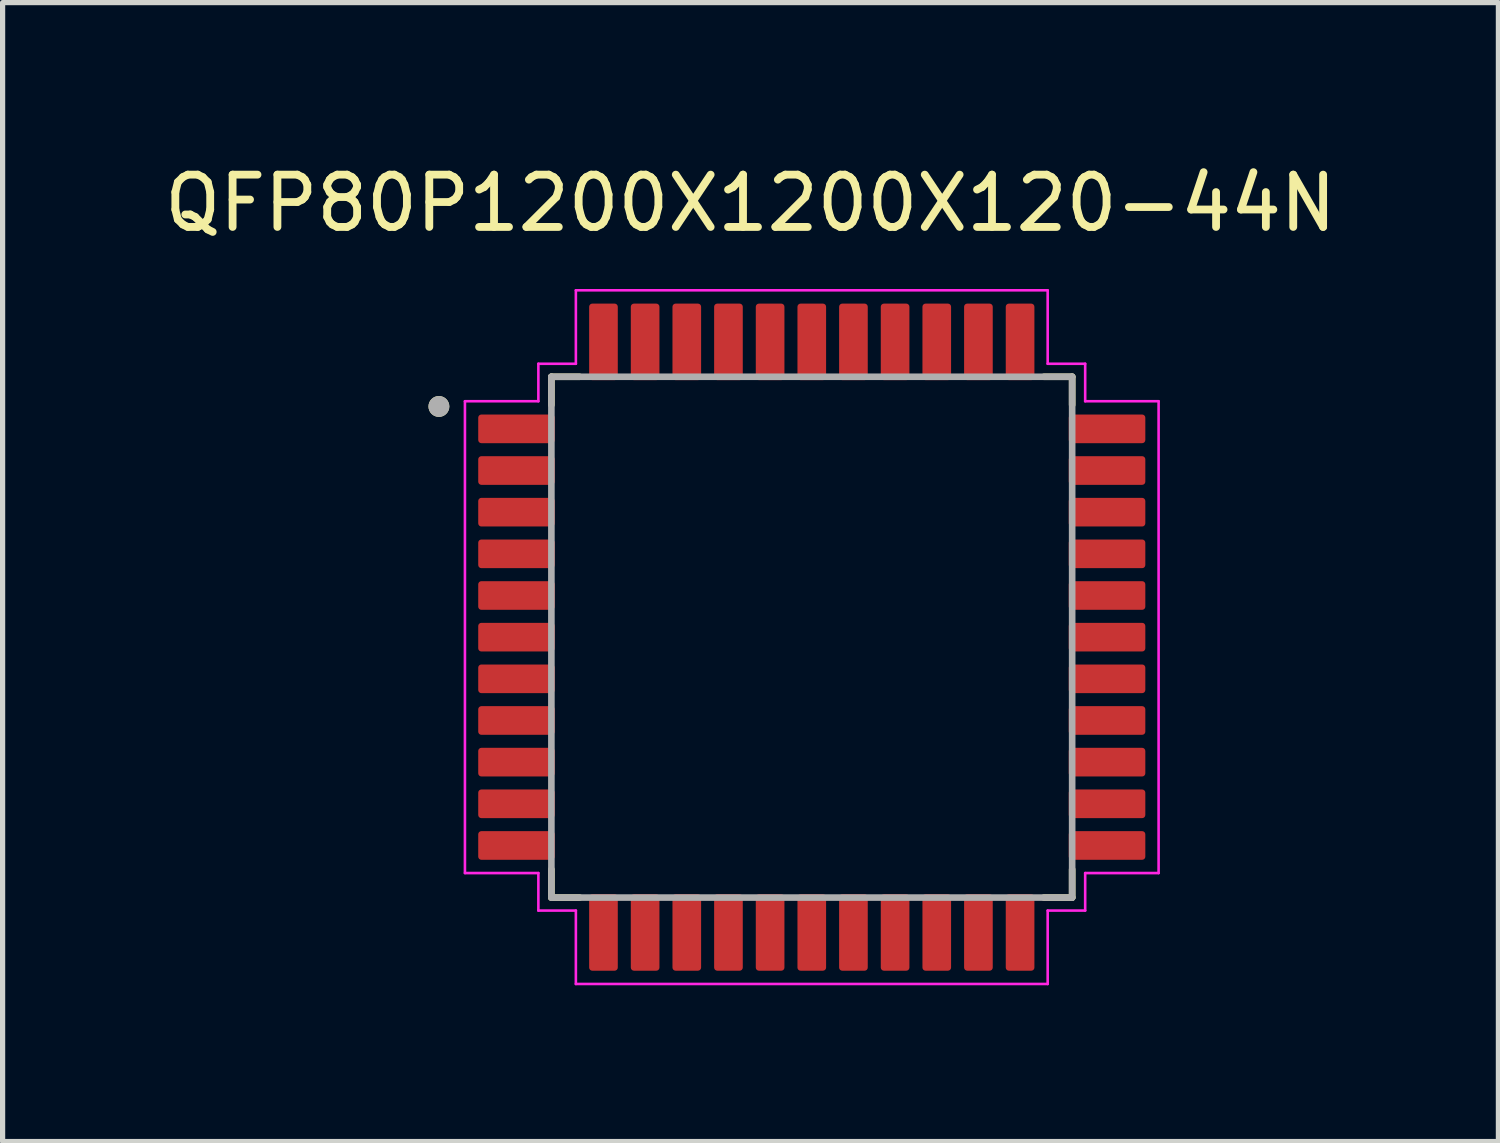
<source format=kicad_pcb>
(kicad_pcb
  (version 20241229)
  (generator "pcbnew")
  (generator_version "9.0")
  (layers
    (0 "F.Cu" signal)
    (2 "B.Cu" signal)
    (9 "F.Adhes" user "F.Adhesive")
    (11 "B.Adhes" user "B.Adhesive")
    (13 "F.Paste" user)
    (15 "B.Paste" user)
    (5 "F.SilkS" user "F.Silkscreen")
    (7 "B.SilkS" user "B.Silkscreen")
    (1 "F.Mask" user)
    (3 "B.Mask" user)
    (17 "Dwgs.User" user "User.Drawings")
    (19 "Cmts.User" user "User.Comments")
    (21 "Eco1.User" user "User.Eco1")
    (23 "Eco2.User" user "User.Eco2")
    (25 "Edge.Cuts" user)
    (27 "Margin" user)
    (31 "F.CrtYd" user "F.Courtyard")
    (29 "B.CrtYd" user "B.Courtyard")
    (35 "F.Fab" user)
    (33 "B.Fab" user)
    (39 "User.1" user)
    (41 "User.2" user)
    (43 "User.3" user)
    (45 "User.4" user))
  (footprint "QFP80P1200X1200X120-44N"
    (layer "F.Cu")
    (at 12.538 9.185)
    (property "Reference" "QFP80P1200X1200X120-44N" (at -1.177 -8.334 0) (layer "F.SilkS") (effects (font (size 1.004 1.004) (thickness 0.15))))
    (attr smd)
    (fp_line (start -5 -5) (end -5 -4.46) (stroke (width 0.127) (type solid)) (layer "F.SilkS"))
    (fp_line (start -5 -5) (end -4.46 -5) (stroke (width 0.127) (type solid)) (layer "F.SilkS"))
    (fp_line (start -5 5) (end -5 4.46) (stroke (width 0.127) (type solid)) (layer "F.SilkS"))
    (fp_line (start -5 5) (end -4.46 5) (stroke (width 0.127) (type solid)) (layer "F.SilkS"))
    (fp_line (start 5 -5) (end 4.46 -5) (stroke (width 0.127) (type solid)) (layer "F.SilkS"))
    (fp_line (start 5 -5) (end 5 -4.46) (stroke (width 0.127) (type solid)) (layer "F.SilkS"))
    (fp_line (start 5 5) (end 4.46 5) (stroke (width 0.127) (type solid)) (layer "F.SilkS"))
    (fp_line (start 5 5) (end 5 4.46) (stroke (width 0.127) (type solid)) (layer "F.SilkS"))
    (fp_circle (center -7.16 -4.43) (end -7.06 -4.43) (stroke (width 0.2) (type solid)) (fill no) (layer "F.SilkS"))
    (fp_line (start -6.66 -4.53) (end -5.25 -4.53) (stroke (width 0.05) (type solid)) (layer "F.CrtYd"))
    (fp_line (start -6.66 4.53) (end -6.66 -4.53) (stroke (width 0.05) (type solid)) (layer "F.CrtYd"))
    (fp_line (start -5.25 -5.25) (end -4.53 -5.25) (stroke (width 0.05) (type solid)) (layer "F.CrtYd"))
    (fp_line (start -5.25 -4.53) (end -5.25 -5.25) (stroke (width 0.05) (type solid)) (layer "F.CrtYd"))
    (fp_line (start -5.25 4.53) (end -6.66 4.53) (stroke (width 0.05) (type solid)) (layer "F.CrtYd"))
    (fp_line (start -5.25 5.25) (end -5.25 4.53) (stroke (width 0.05) (type solid)) (layer "F.CrtYd"))
    (fp_line (start -4.53 -6.66) (end 4.53 -6.66) (stroke (width 0.05) (type solid)) (layer "F.CrtYd"))
    (fp_line (start -4.53 -5.25) (end -4.53 -6.66) (stroke (width 0.05) (type solid)) (layer "F.CrtYd"))
    (fp_line (start -4.53 5.25) (end -5.25 5.25) (stroke (width 0.05) (type solid)) (layer "F.CrtYd"))
    (fp_line (start -4.53 6.66) (end -4.53 5.25) (stroke (width 0.05) (type solid)) (layer "F.CrtYd"))
    (fp_line (start 4.53 -6.66) (end 4.53 -5.25) (stroke (width 0.05) (type solid)) (layer "F.CrtYd"))
    (fp_line (start 4.53 -5.25) (end 5.25 -5.25) (stroke (width 0.05) (type solid)) (layer "F.CrtYd"))
    (fp_line (start 4.53 5.25) (end 4.53 6.66) (stroke (width 0.05) (type solid)) (layer "F.CrtYd"))
    (fp_line (start 4.53 6.66) (end -4.53 6.66) (stroke (width 0.05) (type solid)) (layer "F.CrtYd"))
    (fp_line (start 5.25 -5.25) (end 5.25 -4.53) (stroke (width 0.05) (type solid)) (layer "F.CrtYd"))
    (fp_line (start 5.25 -4.53) (end 6.66 -4.53) (stroke (width 0.05) (type solid)) (layer "F.CrtYd"))
    (fp_line (start 5.25 4.53) (end 5.25 5.25) (stroke (width 0.05) (type solid)) (layer "F.CrtYd"))
    (fp_line (start 5.25 5.25) (end 4.53 5.25) (stroke (width 0.05) (type solid)) (layer "F.CrtYd"))
    (fp_line (start 6.66 -4.53) (end 6.66 4.53) (stroke (width 0.05) (type solid)) (layer "F.CrtYd"))
    (fp_line (start 6.66 4.53) (end 5.25 4.53) (stroke (width 0.05) (type solid)) (layer "F.CrtYd"))
    (fp_line (start -5 5) (end -5 -5) (stroke (width 0.127) (type solid)) (layer "F.Fab"))
    (fp_line (start 5 -5) (end -5 -5) (stroke (width 0.127) (type solid)) (layer "F.Fab"))
    (fp_line (start 5 5) (end -5 5) (stroke (width 0.127) (type solid)) (layer "F.Fab"))
    (fp_line (start 5 5) (end 5 -5) (stroke (width 0.127) (type solid)) (layer "F.Fab"))
    (fp_circle (center -7.16 -4.43) (end -7.06 -4.43) (stroke (width 0.2) (type solid)) (fill no) (layer "F.Fab"))
    (pad "1" smd roundrect (at -5.67 -4) (size 1.47 0.55) (layers "F.Cu" "F.Mask" "F.Paste") (roundrect_rratio 0.11))
    (pad "2" smd roundrect (at -5.67 -3.2) (size 1.47 0.55) (layers "F.Cu" "F.Mask" "F.Paste") (roundrect_rratio 0.11))
    (pad "3" smd roundrect (at -5.67 -2.4) (size 1.47 0.55) (layers "F.Cu" "F.Mask" "F.Paste") (roundrect_rratio 0.11))
    (pad "4" smd roundrect (at -5.67 -1.6) (size 1.47 0.55) (layers "F.Cu" "F.Mask" "F.Paste") (roundrect_rratio 0.11))
    (pad "5" smd roundrect (at -5.67 -0.8) (size 1.47 0.55) (layers "F.Cu" "F.Mask" "F.Paste") (roundrect_rratio 0.11))
    (pad "6" smd roundrect (at -5.67 0) (size 1.47 0.55) (layers "F.Cu" "F.Mask" "F.Paste") (roundrect_rratio 0.11))
    (pad "7" smd roundrect (at -5.67 0.8) (size 1.47 0.55) (layers "F.Cu" "F.Mask" "F.Paste") (roundrect_rratio 0.11))
    (pad "8" smd roundrect (at -5.67 1.6) (size 1.47 0.55) (layers "F.Cu" "F.Mask" "F.Paste") (roundrect_rratio 0.11))
    (pad "9" smd roundrect (at -5.67 2.4) (size 1.47 0.55) (layers "F.Cu" "F.Mask" "F.Paste") (roundrect_rratio 0.11))
    (pad "10" smd roundrect (at -5.67 3.2) (size 1.47 0.55) (layers "F.Cu" "F.Mask" "F.Paste") (roundrect_rratio 0.11))
    (pad "11" smd roundrect (at -5.67 4) (size 1.47 0.55) (layers "F.Cu" "F.Mask" "F.Paste") (roundrect_rratio 0.11))
    (pad "12" smd roundrect (at -4 5.67 90) (size 1.47 0.55) (layers "F.Cu" "F.Mask" "F.Paste") (roundrect_rratio 0.11))
    (pad "13" smd roundrect (at -3.2 5.67 90) (size 1.47 0.55) (layers "F.Cu" "F.Mask" "F.Paste") (roundrect_rratio 0.11))
    (pad "14" smd roundrect (at -2.4 5.67 90) (size 1.47 0.55) (layers "F.Cu" "F.Mask" "F.Paste") (roundrect_rratio 0.11))
    (pad "15" smd roundrect (at -1.6 5.67 90) (size 1.47 0.55) (layers "F.Cu" "F.Mask" "F.Paste") (roundrect_rratio 0.11))
    (pad "16" smd roundrect (at -0.8 5.67 90) (size 1.47 0.55) (layers "F.Cu" "F.Mask" "F.Paste") (roundrect_rratio 0.11))
    (pad "17" smd roundrect (at 0 5.67 90) (size 1.47 0.55) (layers "F.Cu" "F.Mask" "F.Paste") (roundrect_rratio 0.11))
    (pad "18" smd roundrect (at 0.8 5.67 90) (size 1.47 0.55) (layers "F.Cu" "F.Mask" "F.Paste") (roundrect_rratio 0.11))
    (pad "19" smd roundrect (at 1.6 5.67 90) (size 1.47 0.55) (layers "F.Cu" "F.Mask" "F.Paste") (roundrect_rratio 0.11))
    (pad "20" smd roundrect (at 2.4 5.67 90) (size 1.47 0.55) (layers "F.Cu" "F.Mask" "F.Paste") (roundrect_rratio 0.11))
    (pad "21" smd roundrect (at 3.2 5.67 90) (size 1.47 0.55) (layers "F.Cu" "F.Mask" "F.Paste") (roundrect_rratio 0.11))
    (pad "22" smd roundrect (at 4 5.67 90) (size 1.47 0.55) (layers "F.Cu" "F.Mask" "F.Paste") (roundrect_rratio 0.11))
    (pad "23" smd roundrect (at 5.67 4 180) (size 1.47 0.55) (layers "F.Cu" "F.Mask" "F.Paste") (roundrect_rratio 0.11))
    (pad "24" smd roundrect (at 5.67 3.2 180) (size 1.47 0.55) (layers "F.Cu" "F.Mask" "F.Paste") (roundrect_rratio 0.11))
    (pad "25" smd roundrect (at 5.67 2.4 180) (size 1.47 0.55) (layers "F.Cu" "F.Mask" "F.Paste") (roundrect_rratio 0.11))
    (pad "26" smd roundrect (at 5.67 1.6 180) (size 1.47 0.55) (layers "F.Cu" "F.Mask" "F.Paste") (roundrect_rratio 0.11))
    (pad "27" smd roundrect (at 5.67 0.8 180) (size 1.47 0.55) (layers "F.Cu" "F.Mask" "F.Paste") (roundrect_rratio 0.11))
    (pad "28" smd roundrect (at 5.67 0 180) (size 1.47 0.55) (layers "F.Cu" "F.Mask" "F.Paste") (roundrect_rratio 0.11))
    (pad "29" smd roundrect (at 5.67 -0.8 180) (size 1.47 0.55) (layers "F.Cu" "F.Mask" "F.Paste") (roundrect_rratio 0.11))
    (pad "30" smd roundrect (at 5.67 -1.6 180) (size 1.47 0.55) (layers "F.Cu" "F.Mask" "F.Paste") (roundrect_rratio 0.11))
    (pad "31" smd roundrect (at 5.67 -2.4 180) (size 1.47 0.55) (layers "F.Cu" "F.Mask" "F.Paste") (roundrect_rratio 0.11))
    (pad "32" smd roundrect (at 5.67 -3.2 180) (size 1.47 0.55) (layers "F.Cu" "F.Mask" "F.Paste") (roundrect_rratio 0.11))
    (pad "33" smd roundrect (at 5.67 -4 180) (size 1.47 0.55) (layers "F.Cu" "F.Mask" "F.Paste") (roundrect_rratio 0.11))
    (pad "34" smd roundrect (at 4 -5.67 270) (size 1.47 0.55) (layers "F.Cu" "F.Mask" "F.Paste") (roundrect_rratio 0.11))
    (pad "35" smd roundrect (at 3.2 -5.67 270) (size 1.47 0.55) (layers "F.Cu" "F.Mask" "F.Paste") (roundrect_rratio 0.11))
    (pad "36" smd roundrect (at 2.4 -5.67 270) (size 1.47 0.55) (layers "F.Cu" "F.Mask" "F.Paste") (roundrect_rratio 0.11))
    (pad "37" smd roundrect (at 1.6 -5.67 270) (size 1.47 0.55) (layers "F.Cu" "F.Mask" "F.Paste") (roundrect_rratio 0.11))
    (pad "38" smd roundrect (at 0.8 -5.67 270) (size 1.47 0.55) (layers "F.Cu" "F.Mask" "F.Paste") (roundrect_rratio 0.11))
    (pad "39" smd roundrect (at 0 -5.67 270) (size 1.47 0.55) (layers "F.Cu" "F.Mask" "F.Paste") (roundrect_rratio 0.11))
    (pad "40" smd roundrect (at -0.8 -5.67 270) (size 1.47 0.55) (layers "F.Cu" "F.Mask" "F.Paste") (roundrect_rratio 0.11))
    (pad "41" smd roundrect (at -1.6 -5.67 270) (size 1.47 0.55) (layers "F.Cu" "F.Mask" "F.Paste") (roundrect_rratio 0.11))
    (pad "42" smd roundrect (at -2.4 -5.67 270) (size 1.47 0.55) (layers "F.Cu" "F.Mask" "F.Paste") (roundrect_rratio 0.11))
    (pad "43" smd roundrect (at -3.2 -5.67 270) (size 1.47 0.55) (layers "F.Cu" "F.Mask" "F.Paste") (roundrect_rratio 0.11))
    (pad "44" smd roundrect (at -4 -5.67 270) (size 1.47 0.55) (layers "F.Cu" "F.Mask" "F.Paste") (roundrect_rratio 0.11)))
  (gr_rect
    (start -3 -3)
    (end 25.723 18.87)
    (stroke (width 0.1) (type default))
    (fill no)
    (layer "Edge.Cuts")))
</source>
